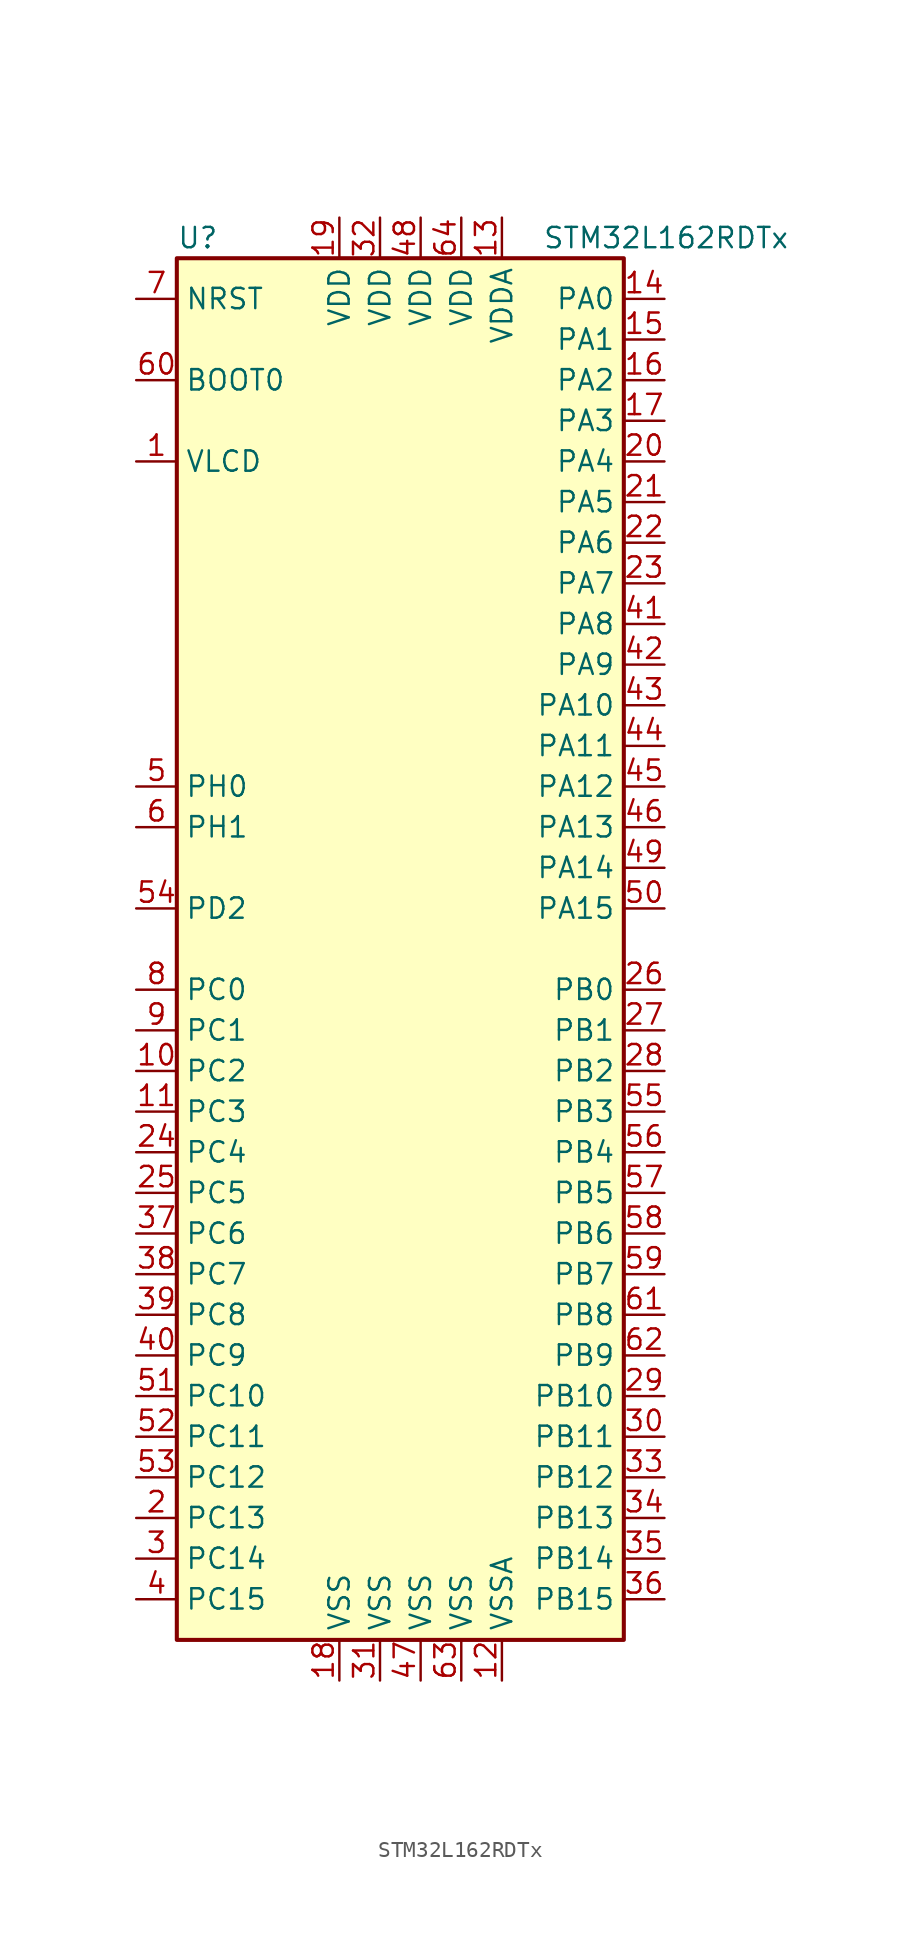
<source format=kicad_sym>
(kicad_symbol_lib
  (version 20201005)
  (generator kicad_symbol_editor)
  (symbol "MCU_ST_STM32L1:STM32L162RDTx"
    (property "Reference" "U"
      (at -15.24 44.45 0)
      (effects (font (size 1.27 1.27)) (justify left)))
    (property "Value" "STM32L162RDTx"
      (at 7.62 44.45 0)
      (effects (font (size 1.27 1.27)) (justify left)))
    (symbol "STM32L162RDTx_0_1"
      (rectangle (start -15.24 -43.18) (end 12.7 43.18) (stroke (width 0.254)) (fill (type background))))
    (symbol "STM32L162RDTx_1_1"
      (pin input line (at -17.78 35.56 0) (length 2.54) (name "BOOT0" (effects (font (size 1.27 1.27)))) (number "60" (effects (font (size 1.27 1.27)))))
      (pin input line (at -17.78 40.64 0) (length 2.54) (name "NRST" (effects (font (size 1.27 1.27)))) (number "7" (effects (font (size 1.27 1.27)))))
      (pin bidirectional line (at 15.24 40.64 180) (length 2.54) (name "PA0" (effects (font (size 1.27 1.27)))) (number "14" (effects (font (size 1.27 1.27)))))
      (pin bidirectional line (at 15.24 38.1 180) (length 2.54) (name "PA1" (effects (font (size 1.27 1.27)))) (number "15" (effects (font (size 1.27 1.27)))))
      (pin bidirectional line (at 15.24 15.24 180) (length 2.54) (name "PA10" (effects (font (size 1.27 1.27)))) (number "43" (effects (font (size 1.27 1.27)))))
      (pin bidirectional line (at 15.24 12.7 180) (length 2.54) (name "PA11" (effects (font (size 1.27 1.27)))) (number "44" (effects (font (size 1.27 1.27)))))
      (pin bidirectional line (at 15.24 10.16 180) (length 2.54) (name "PA12" (effects (font (size 1.27 1.27)))) (number "45" (effects (font (size 1.27 1.27)))))
      (pin bidirectional line (at 15.24 7.62 180) (length 2.54) (name "PA13" (effects (font (size 1.27 1.27)))) (number "46" (effects (font (size 1.27 1.27)))))
      (pin bidirectional line (at 15.24 5.08 180) (length 2.54) (name "PA14" (effects (font (size 1.27 1.27)))) (number "49" (effects (font (size 1.27 1.27)))))
      (pin bidirectional line (at 15.24 2.54 180) (length 2.54) (name "PA15" (effects (font (size 1.27 1.27)))) (number "50" (effects (font (size 1.27 1.27)))))
      (pin bidirectional line (at 15.24 35.56 180) (length 2.54) (name "PA2" (effects (font (size 1.27 1.27)))) (number "16" (effects (font (size 1.27 1.27)))))
      (pin bidirectional line (at 15.24 33.02 180) (length 2.54) (name "PA3" (effects (font (size 1.27 1.27)))) (number "17" (effects (font (size 1.27 1.27)))))
      (pin bidirectional line (at 15.24 30.48 180) (length 2.54) (name "PA4" (effects (font (size 1.27 1.27)))) (number "20" (effects (font (size 1.27 1.27)))))
      (pin bidirectional line (at 15.24 27.94 180) (length 2.54) (name "PA5" (effects (font (size 1.27 1.27)))) (number "21" (effects (font (size 1.27 1.27)))))
      (pin bidirectional line (at 15.24 25.4 180) (length 2.54) (name "PA6" (effects (font (size 1.27 1.27)))) (number "22" (effects (font (size 1.27 1.27)))))
      (pin bidirectional line (at 15.24 22.86 180) (length 2.54) (name "PA7" (effects (font (size 1.27 1.27)))) (number "23" (effects (font (size 1.27 1.27)))))
      (pin bidirectional line (at 15.24 20.32 180) (length 2.54) (name "PA8" (effects (font (size 1.27 1.27)))) (number "41" (effects (font (size 1.27 1.27)))))
      (pin bidirectional line (at 15.24 17.78 180) (length 2.54) (name "PA9" (effects (font (size 1.27 1.27)))) (number "42" (effects (font (size 1.27 1.27)))))
      (pin bidirectional line (at 15.24 -2.54 180) (length 2.54) (name "PB0" (effects (font (size 1.27 1.27)))) (number "26" (effects (font (size 1.27 1.27)))))
      (pin bidirectional line (at 15.24 -5.08 180) (length 2.54) (name "PB1" (effects (font (size 1.27 1.27)))) (number "27" (effects (font (size 1.27 1.27)))))
      (pin bidirectional line (at 15.24 -27.94 180) (length 2.54) (name "PB10" (effects (font (size 1.27 1.27)))) (number "29" (effects (font (size 1.27 1.27)))))
      (pin bidirectional line (at 15.24 -30.48 180) (length 2.54) (name "PB11" (effects (font (size 1.27 1.27)))) (number "30" (effects (font (size 1.27 1.27)))))
      (pin bidirectional line (at 15.24 -33.02 180) (length 2.54) (name "PB12" (effects (font (size 1.27 1.27)))) (number "33" (effects (font (size 1.27 1.27)))))
      (pin bidirectional line (at 15.24 -35.56 180) (length 2.54) (name "PB13" (effects (font (size 1.27 1.27)))) (number "34" (effects (font (size 1.27 1.27)))))
      (pin bidirectional line (at 15.24 -38.1 180) (length 2.54) (name "PB14" (effects (font (size 1.27 1.27)))) (number "35" (effects (font (size 1.27 1.27)))))
      (pin bidirectional line (at 15.24 -40.64 180) (length 2.54) (name "PB15" (effects (font (size 1.27 1.27)))) (number "36" (effects (font (size 1.27 1.27)))))
      (pin bidirectional line (at 15.24 -7.62 180) (length 2.54) (name "PB2" (effects (font (size 1.27 1.27)))) (number "28" (effects (font (size 1.27 1.27)))))
      (pin bidirectional line (at 15.24 -10.16 180) (length 2.54) (name "PB3" (effects (font (size 1.27 1.27)))) (number "55" (effects (font (size 1.27 1.27)))))
      (pin bidirectional line (at 15.24 -12.7 180) (length 2.54) (name "PB4" (effects (font (size 1.27 1.27)))) (number "56" (effects (font (size 1.27 1.27)))))
      (pin bidirectional line (at 15.24 -15.24 180) (length 2.54) (name "PB5" (effects (font (size 1.27 1.27)))) (number "57" (effects (font (size 1.27 1.27)))))
      (pin bidirectional line (at 15.24 -17.78 180) (length 2.54) (name "PB6" (effects (font (size 1.27 1.27)))) (number "58" (effects (font (size 1.27 1.27)))))
      (pin bidirectional line (at 15.24 -20.32 180) (length 2.54) (name "PB7" (effects (font (size 1.27 1.27)))) (number "59" (effects (font (size 1.27 1.27)))))
      (pin bidirectional line (at 15.24 -22.86 180) (length 2.54) (name "PB8" (effects (font (size 1.27 1.27)))) (number "61" (effects (font (size 1.27 1.27)))))
      (pin bidirectional line (at 15.24 -25.4 180) (length 2.54) (name "PB9" (effects (font (size 1.27 1.27)))) (number "62" (effects (font (size 1.27 1.27)))))
      (pin bidirectional line (at -17.78 -2.54 0) (length 2.54) (name "PC0" (effects (font (size 1.27 1.27)))) (number "8" (effects (font (size 1.27 1.27)))))
      (pin bidirectional line (at -17.78 -5.08 0) (length 2.54) (name "PC1" (effects (font (size 1.27 1.27)))) (number "9" (effects (font (size 1.27 1.27)))))
      (pin bidirectional line (at -17.78 -27.94 0) (length 2.54) (name "PC10" (effects (font (size 1.27 1.27)))) (number "51" (effects (font (size 1.27 1.27)))))
      (pin bidirectional line (at -17.78 -30.48 0) (length 2.54) (name "PC11" (effects (font (size 1.27 1.27)))) (number "52" (effects (font (size 1.27 1.27)))))
      (pin bidirectional line (at -17.78 -33.02 0) (length 2.54) (name "PC12" (effects (font (size 1.27 1.27)))) (number "53" (effects (font (size 1.27 1.27)))))
      (pin bidirectional line (at -17.78 -35.56 0) (length 2.54) (name "PC13" (effects (font (size 1.27 1.27)))) (number "2" (effects (font (size 1.27 1.27)))))
      (pin bidirectional line (at -17.78 -38.1 0) (length 2.54) (name "PC14" (effects (font (size 1.27 1.27)))) (number "3" (effects (font (size 1.27 1.27)))))
      (pin bidirectional line (at -17.78 -40.64 0) (length 2.54) (name "PC15" (effects (font (size 1.27 1.27)))) (number "4" (effects (font (size 1.27 1.27)))))
      (pin bidirectional line (at -17.78 -7.62 0) (length 2.54) (name "PC2" (effects (font (size 1.27 1.27)))) (number "10" (effects (font (size 1.27 1.27)))))
      (pin bidirectional line (at -17.78 -10.16 0) (length 2.54) (name "PC3" (effects (font (size 1.27 1.27)))) (number "11" (effects (font (size 1.27 1.27)))))
      (pin bidirectional line (at -17.78 -12.7 0) (length 2.54) (name "PC4" (effects (font (size 1.27 1.27)))) (number "24" (effects (font (size 1.27 1.27)))))
      (pin bidirectional line (at -17.78 -15.24 0) (length 2.54) (name "PC5" (effects (font (size 1.27 1.27)))) (number "25" (effects (font (size 1.27 1.27)))))
      (pin bidirectional line (at -17.78 -17.78 0) (length 2.54) (name "PC6" (effects (font (size 1.27 1.27)))) (number "37" (effects (font (size 1.27 1.27)))))
      (pin bidirectional line (at -17.78 -20.32 0) (length 2.54) (name "PC7" (effects (font (size 1.27 1.27)))) (number "38" (effects (font (size 1.27 1.27)))))
      (pin bidirectional line (at -17.78 -22.86 0) (length 2.54) (name "PC8" (effects (font (size 1.27 1.27)))) (number "39" (effects (font (size 1.27 1.27)))))
      (pin bidirectional line (at -17.78 -25.4 0) (length 2.54) (name "PC9" (effects (font (size 1.27 1.27)))) (number "40" (effects (font (size 1.27 1.27)))))
      (pin bidirectional line (at -17.78 2.54 0) (length 2.54) (name "PD2" (effects (font (size 1.27 1.27)))) (number "54" (effects (font (size 1.27 1.27)))))
      (pin input line (at -17.78 10.16 0) (length 2.54) (name "PH0" (effects (font (size 1.27 1.27)))) (number "5" (effects (font (size 1.27 1.27)))))
      (pin input line (at -17.78 7.62 0) (length 2.54) (name "PH1" (effects (font (size 1.27 1.27)))) (number "6" (effects (font (size 1.27 1.27)))))
      (pin power_in line (at -5.08 45.72 270) (length 2.54) (name "VDD" (effects (font (size 1.27 1.27)))) (number "19" (effects (font (size 1.27 1.27)))))
      (pin power_in line (at -2.54 45.72 270) (length 2.54) (name "VDD" (effects (font (size 1.27 1.27)))) (number "32" (effects (font (size 1.27 1.27)))))
      (pin power_in line (at 0 45.72 270) (length 2.54) (name "VDD" (effects (font (size 1.27 1.27)))) (number "48" (effects (font (size 1.27 1.27)))))
      (pin power_in line (at 2.54 45.72 270) (length 2.54) (name "VDD" (effects (font (size 1.27 1.27)))) (number "64" (effects (font (size 1.27 1.27)))))
      (pin power_in line (at 5.08 45.72 270) (length 2.54) (name "VDDA" (effects (font (size 1.27 1.27)))) (number "13" (effects (font (size 1.27 1.27)))))
      (pin power_in line (at -17.78 30.48 0) (length 2.54) (name "VLCD" (effects (font (size 1.27 1.27)))) (number "1" (effects (font (size 1.27 1.27)))))
      (pin power_in line (at -5.08 -45.72 90) (length 2.54) (name "VSS" (effects (font (size 1.27 1.27)))) (number "18" (effects (font (size 1.27 1.27)))))
      (pin power_in line (at -2.54 -45.72 90) (length 2.54) (name "VSS" (effects (font (size 1.27 1.27)))) (number "31" (effects (font (size 1.27 1.27)))))
      (pin power_in line (at 0 -45.72 90) (length 2.54) (name "VSS" (effects (font (size 1.27 1.27)))) (number "47" (effects (font (size 1.27 1.27)))))
      (pin power_in line (at 2.54 -45.72 90) (length 2.54) (name "VSS" (effects (font (size 1.27 1.27)))) (number "63" (effects (font (size 1.27 1.27)))))
      (pin power_in line (at 5.08 -45.72 90) (length 2.54) (name "VSSA" (effects (font (size 1.27 1.27)))) (number "12" (effects (font (size 1.27 1.27))))))))
</source>
